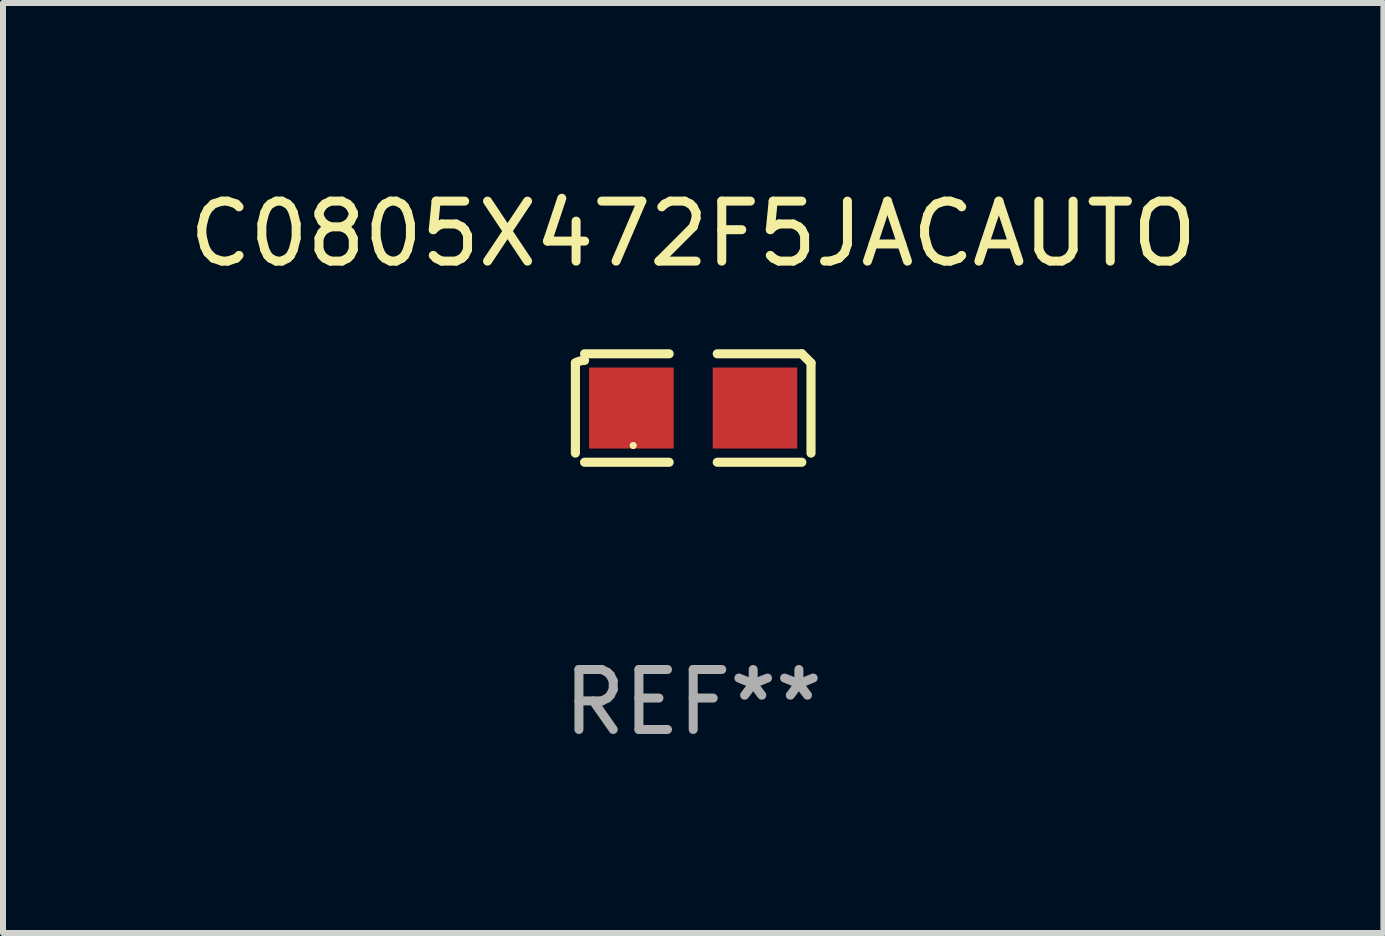
<source format=kicad_pcb>
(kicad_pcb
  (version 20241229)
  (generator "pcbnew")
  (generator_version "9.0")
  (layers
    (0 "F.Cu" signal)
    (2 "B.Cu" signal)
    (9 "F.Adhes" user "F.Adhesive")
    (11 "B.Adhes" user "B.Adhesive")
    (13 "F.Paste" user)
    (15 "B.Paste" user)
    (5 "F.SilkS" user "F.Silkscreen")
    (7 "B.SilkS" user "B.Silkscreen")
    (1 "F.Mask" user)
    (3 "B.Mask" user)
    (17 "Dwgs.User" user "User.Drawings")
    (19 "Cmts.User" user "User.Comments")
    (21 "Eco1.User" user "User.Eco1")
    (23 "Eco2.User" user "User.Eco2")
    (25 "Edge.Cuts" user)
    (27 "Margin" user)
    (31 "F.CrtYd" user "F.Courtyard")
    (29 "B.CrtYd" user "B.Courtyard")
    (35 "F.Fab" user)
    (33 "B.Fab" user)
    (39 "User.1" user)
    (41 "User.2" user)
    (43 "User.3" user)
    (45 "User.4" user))
  (footprint "C0805X472F5JACAUTO"
    (layer "F.Cu")
    (at 8.506 3.752)
    (property "Reference" "C0805X472F5JACAUTO" (at 0 -2.904 0) (layer "F.SilkS") (effects (font (size 1 1) (thickness 0.15))))
    (attr through_hole)
    (fp_line (start -1.964 0.751) (end -1.964 -0.751) (stroke (width 0.152) (type solid)) (layer "F.SilkS"))
    (fp_line (start -1.811 -0.904) (end -0.401 -0.904) (stroke (width 0.152) (type solid)) (layer "F.SilkS"))
    (fp_line (start -0.401 0.904) (end -1.811 0.904) (stroke (width 0.152) (type solid)) (layer "F.SilkS"))
    (fp_line (start 0.401 0.904) (end 1.811 0.904) (stroke (width 0.152) (type solid)) (layer "F.SilkS"))
    (fp_line (start 1.811 -0.904) (end 0.401 -0.904) (stroke (width 0.152) (type solid)) (layer "F.SilkS"))
    (fp_line (start 1.964 0.751) (end 1.964 -0.751) (stroke (width 0.152) (type solid)) (layer "F.SilkS"))
    (fp_arc (start -1.963602 -0.751207) (mid -1.890354 -0.783131) (end -1.811201 -0.794044) (stroke (width 0.1524) (type solid)) (layer "F.SilkS"))
    (fp_arc (start 1.811202 -0.903607) (mid 1.887413 -0.827418) (end 1.963602 -0.751207) (stroke (width 0.1524) (type solid)) (layer "F.SilkS"))
    (fp_circle (center -1 0.625) (end -0.97 0.625) (stroke (width 0.06) (type solid)) (fill no) (layer "F.SilkS"))
    (fp_text user "REF**" (at 0 4.904 0) (layer "F.Fab") (effects (font (size 1 1) (thickness 0.15))))
    (pad "1" smd rect (at -1.03 0) (size 1.41 1.35) (layers "F.Cu" "F.Mask" "F.Paste"))
    (pad "2" smd rect (at 1.03 0) (size 1.41 1.35) (layers "F.Cu" "F.Mask" "F.Paste")))
  (gr_rect
    (start -3 -3)
    (end 20.012 12.504)
    (stroke (width 0.1) (type default))
    (fill no)
    (layer "Edge.Cuts")))
</source>
